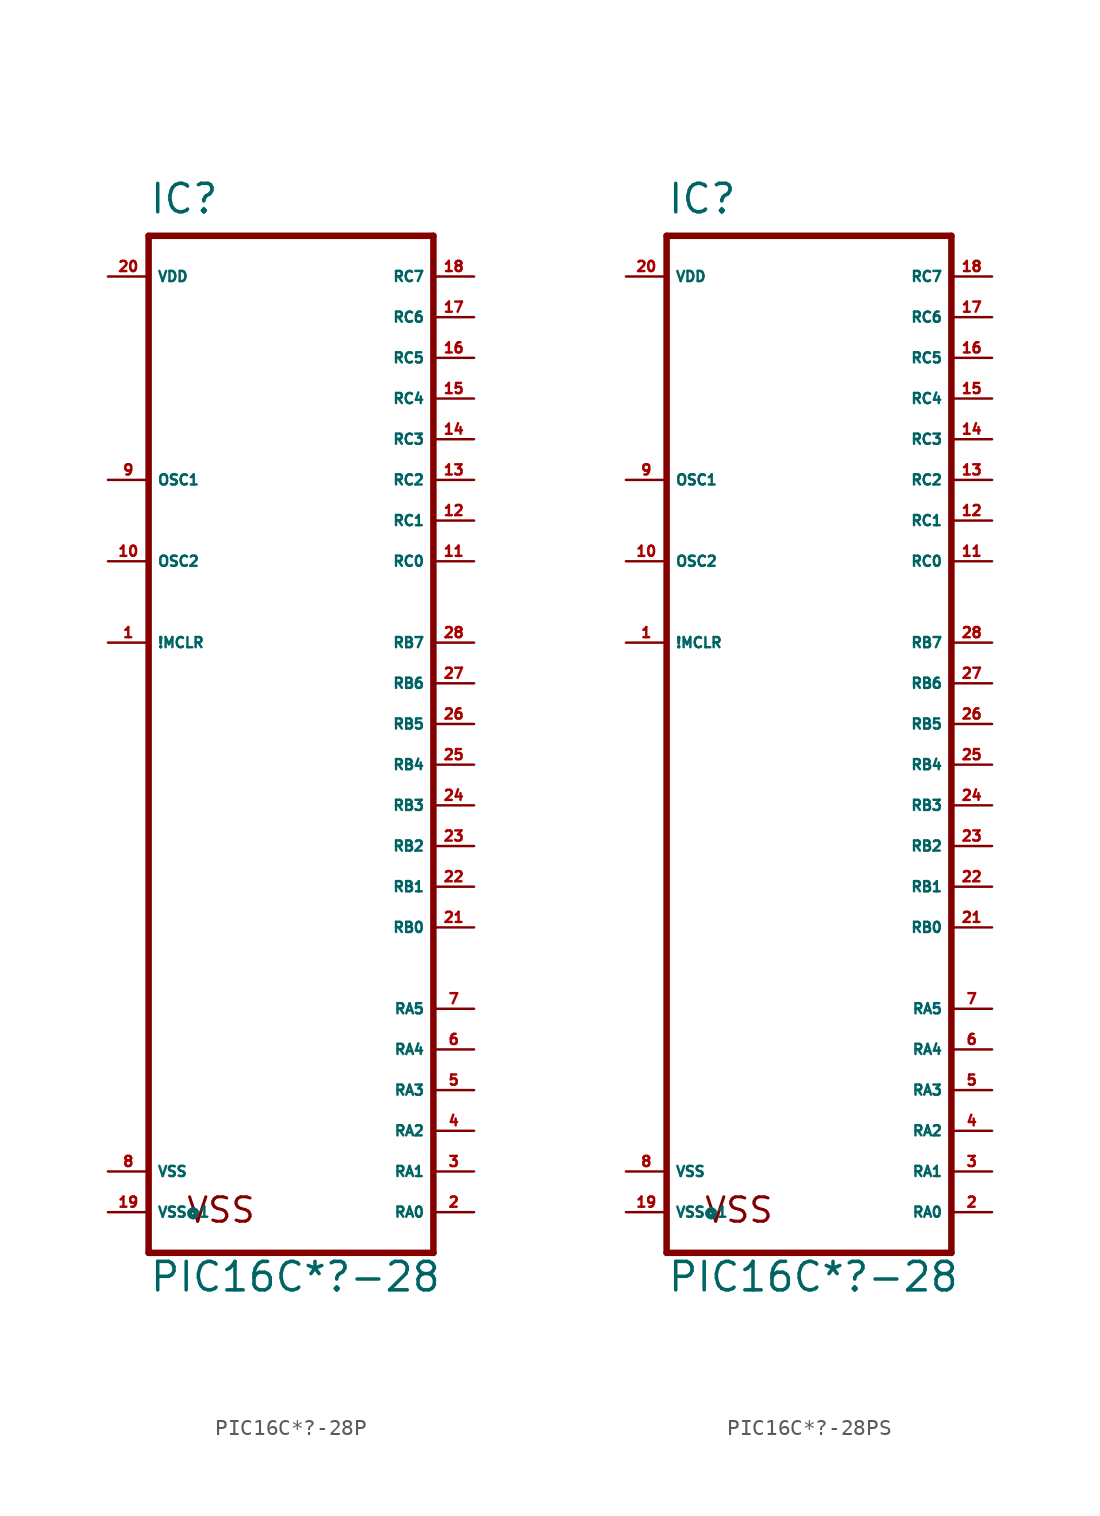
<source format=kicad_sym>
(kicad_symbol_lib
  (version 20220914)
  (generator Eagle2Kicad)
  (symbol "PIC16C*?-28P"
    (property "Reference" "IC"
      (at -7.62 31.75 0)
      (effects (font (size 1.778 1.778) (thickness 0.22)) (justify left bottom)))
    (property "Value" "PIC16C*?-28"
      (at -7.62 -35.56 0)
      (effects (font (size 1.778 1.778) (thickness 0.22)) (justify left bottom)))
    (polyline
      (pts (xy -7.62 -33.02) (xy 10.16 -33.02))
      (stroke (width 0.406) (type default))
      (fill (type none)))
    (polyline
      (pts (xy 10.16 -33.02) (xy 10.16 30.48))
      (stroke (width 0.406) (type default))
      (fill (type none)))
    (polyline
      (pts (xy 10.16 30.48) (xy -7.62 30.48))
      (stroke (width 0.406) (type default))
      (fill (type none)))
    (polyline
      (pts (xy -7.62 30.48) (xy -7.62 -33.02))
      (stroke (width 0.406) (type default))
      (fill (type none)))
    (text "VSS"
      (at -5.334 -31.242 0)
      (effects (font (size 1.524 1.524) (thickness 0.19)) (justify left bottom)))
    (pin input line
      (at -10.16 5.08 0)
      (length 2.54)
      (name "!MCLR" (effects (font (size 0.635 0.635) (thickness 0.08)) (justify left bottom)))
      (number "1" (effects (font (size 0.635 0.635) (thickness 0.08)) (justify left bottom))))
    (pin bidirectional line
      (at -10.16 15.24 0)
      (length 2.54)
      (name "OSC1" (effects (font (size 0.635 0.635) (thickness 0.08)) (justify left bottom)))
      (number "9" (effects (font (size 0.635 0.635) (thickness 0.08)) (justify left bottom))))
    (pin bidirectional line
      (at 12.7 -30.48 180)
      (length 2.54)
      (name "RA0" (effects (font (size 0.635 0.635) (thickness 0.08)) (justify left bottom)))
      (number "2" (effects (font (size 0.635 0.635) (thickness 0.08)) (justify left bottom))))
    (pin bidirectional line
      (at 12.7 -27.94 180)
      (length 2.54)
      (name "RA1" (effects (font (size 0.635 0.635) (thickness 0.08)) (justify left bottom)))
      (number "3" (effects (font (size 0.635 0.635) (thickness 0.08)) (justify left bottom))))
    (pin bidirectional line
      (at 12.7 -25.4 180)
      (length 2.54)
      (name "RA2" (effects (font (size 0.635 0.635) (thickness 0.08)) (justify left bottom)))
      (number "4" (effects (font (size 0.635 0.635) (thickness 0.08)) (justify left bottom))))
    (pin bidirectional line
      (at 12.7 -22.86 180)
      (length 2.54)
      (name "RA3" (effects (font (size 0.635 0.635) (thickness 0.08)) (justify left bottom)))
      (number "5" (effects (font (size 0.635 0.635) (thickness 0.08)) (justify left bottom))))
    (pin bidirectional line
      (at 12.7 -20.32 180)
      (length 2.54)
      (name "RA4" (effects (font (size 0.635 0.635) (thickness 0.08)) (justify left bottom)))
      (number "6" (effects (font (size 0.635 0.635) (thickness 0.08)) (justify left bottom))))
    (pin bidirectional line
      (at 12.7 -17.78 180)
      (length 2.54)
      (name "RA5" (effects (font (size 0.635 0.635) (thickness 0.08)) (justify left bottom)))
      (number "7" (effects (font (size 0.635 0.635) (thickness 0.08)) (justify left bottom))))
    (pin bidirectional line
      (at -10.16 10.16 0)
      (length 2.54)
      (name "OSC2" (effects (font (size 0.635 0.635) (thickness 0.08)) (justify left bottom)))
      (number "10" (effects (font (size 0.635 0.635) (thickness 0.08)) (justify left bottom))))
    (pin bidirectional line
      (at 12.7 27.94 180)
      (length 2.54)
      (name "RC7" (effects (font (size 0.635 0.635) (thickness 0.08)) (justify left bottom)))
      (number "18" (effects (font (size 0.635 0.635) (thickness 0.08)) (justify left bottom))))
    (pin bidirectional line
      (at 12.7 25.4 180)
      (length 2.54)
      (name "RC6" (effects (font (size 0.635 0.635) (thickness 0.08)) (justify left bottom)))
      (number "17" (effects (font (size 0.635 0.635) (thickness 0.08)) (justify left bottom))))
    (pin bidirectional line
      (at 12.7 22.86 180)
      (length 2.54)
      (name "RC5" (effects (font (size 0.635 0.635) (thickness 0.08)) (justify left bottom)))
      (number "16" (effects (font (size 0.635 0.635) (thickness 0.08)) (justify left bottom))))
    (pin bidirectional line
      (at 12.7 20.32 180)
      (length 2.54)
      (name "RC4" (effects (font (size 0.635 0.635) (thickness 0.08)) (justify left bottom)))
      (number "15" (effects (font (size 0.635 0.635) (thickness 0.08)) (justify left bottom))))
    (pin bidirectional line
      (at 12.7 17.78 180)
      (length 2.54)
      (name "RC3" (effects (font (size 0.635 0.635) (thickness 0.08)) (justify left bottom)))
      (number "14" (effects (font (size 0.635 0.635) (thickness 0.08)) (justify left bottom))))
    (pin bidirectional line
      (at 12.7 15.24 180)
      (length 2.54)
      (name "RC2" (effects (font (size 0.635 0.635) (thickness 0.08)) (justify left bottom)))
      (number "13" (effects (font (size 0.635 0.635) (thickness 0.08)) (justify left bottom))))
    (pin bidirectional line
      (at 12.7 12.7 180)
      (length 2.54)
      (name "RC1" (effects (font (size 0.635 0.635) (thickness 0.08)) (justify left bottom)))
      (number "12" (effects (font (size 0.635 0.635) (thickness 0.08)) (justify left bottom))))
    (pin bidirectional line
      (at 12.7 10.16 180)
      (length 2.54)
      (name "RC0" (effects (font (size 0.635 0.635) (thickness 0.08)) (justify left bottom)))
      (number "11" (effects (font (size 0.635 0.635) (thickness 0.08)) (justify left bottom))))
    (pin bidirectional line
      (at 12.7 5.08 180)
      (length 2.54)
      (name "RB7" (effects (font (size 0.635 0.635) (thickness 0.08)) (justify left bottom)))
      (number "28" (effects (font (size 0.635 0.635) (thickness 0.08)) (justify left bottom))))
    (pin bidirectional line
      (at 12.7 2.54 180)
      (length 2.54)
      (name "RB6" (effects (font (size 0.635 0.635) (thickness 0.08)) (justify left bottom)))
      (number "27" (effects (font (size 0.635 0.635) (thickness 0.08)) (justify left bottom))))
    (pin bidirectional line
      (at 12.7 0 180)
      (length 2.54)
      (name "RB5" (effects (font (size 0.635 0.635) (thickness 0.08)) (justify left bottom)))
      (number "26" (effects (font (size 0.635 0.635) (thickness 0.08)) (justify left bottom))))
    (pin bidirectional line
      (at 12.7 -2.54 180)
      (length 2.54)
      (name "RB4" (effects (font (size 0.635 0.635) (thickness 0.08)) (justify left bottom)))
      (number "25" (effects (font (size 0.635 0.635) (thickness 0.08)) (justify left bottom))))
    (pin bidirectional line
      (at 12.7 -5.08 180)
      (length 2.54)
      (name "RB3" (effects (font (size 0.635 0.635) (thickness 0.08)) (justify left bottom)))
      (number "24" (effects (font (size 0.635 0.635) (thickness 0.08)) (justify left bottom))))
    (pin bidirectional line
      (at 12.7 -7.62 180)
      (length 2.54)
      (name "RB2" (effects (font (size 0.635 0.635) (thickness 0.08)) (justify left bottom)))
      (number "23" (effects (font (size 0.635 0.635) (thickness 0.08)) (justify left bottom))))
    (pin bidirectional line
      (at 12.7 -10.16 180)
      (length 2.54)
      (name "RB1" (effects (font (size 0.635 0.635) (thickness 0.08)) (justify left bottom)))
      (number "22" (effects (font (size 0.635 0.635) (thickness 0.08)) (justify left bottom))))
    (pin bidirectional line
      (at 12.7 -12.7 180)
      (length 2.54)
      (name "RB0" (effects (font (size 0.635 0.635) (thickness 0.08)) (justify left bottom)))
      (number "21" (effects (font (size 0.635 0.635) (thickness 0.08)) (justify left bottom))))
    (pin unspecified line
      (at -10.16 -30.48 0)
      (length 2.54)
      (name "VSS@1" (effects (font (size 0.635 0.635) (thickness 0.08)) (justify left bottom)))
      (number "19" (effects (font (size 0.635 0.635) (thickness 0.08)) (justify left bottom))))
    (pin unspecified line
      (at -10.16 -27.94 0)
      (length 2.54)
      (name "VSS" (effects (font (size 0.635 0.635) (thickness 0.08)) (justify left bottom)))
      (number "8" (effects (font (size 0.635 0.635) (thickness 0.08)) (justify left bottom))))
    (pin unspecified line
      (at -10.16 27.94 0)
      (length 2.54)
      (name "VDD" (effects (font (size 0.635 0.635) (thickness 0.08)) (justify left bottom)))
      (number "20" (effects (font (size 0.635 0.635) (thickness 0.08)) (justify left bottom)))))
  (symbol "PIC16C*?-28PS"
    (property "Reference" "IC"
      (at -7.62 31.75 0)
      (effects (font (size 1.778 1.778) (thickness 0.22)) (justify left bottom)))
    (property "Value" "PIC16C*?-28"
      (at -7.62 -35.56 0)
      (effects (font (size 1.778 1.778) (thickness 0.22)) (justify left bottom)))
    (polyline
      (pts (xy -7.62 -33.02) (xy 10.16 -33.02))
      (stroke (width 0.406) (type default))
      (fill (type none)))
    (polyline
      (pts (xy 10.16 -33.02) (xy 10.16 30.48))
      (stroke (width 0.406) (type default))
      (fill (type none)))
    (polyline
      (pts (xy 10.16 30.48) (xy -7.62 30.48))
      (stroke (width 0.406) (type default))
      (fill (type none)))
    (polyline
      (pts (xy -7.62 30.48) (xy -7.62 -33.02))
      (stroke (width 0.406) (type default))
      (fill (type none)))
    (text "VSS"
      (at -5.334 -31.242 0)
      (effects (font (size 1.524 1.524) (thickness 0.19)) (justify left bottom)))
    (pin input line
      (at -10.16 5.08 0)
      (length 2.54)
      (name "!MCLR" (effects (font (size 0.635 0.635) (thickness 0.08)) (justify left bottom)))
      (number "1" (effects (font (size 0.635 0.635) (thickness 0.08)) (justify left bottom))))
    (pin bidirectional line
      (at -10.16 15.24 0)
      (length 2.54)
      (name "OSC1" (effects (font (size 0.635 0.635) (thickness 0.08)) (justify left bottom)))
      (number "9" (effects (font (size 0.635 0.635) (thickness 0.08)) (justify left bottom))))
    (pin bidirectional line
      (at 12.7 -30.48 180)
      (length 2.54)
      (name "RA0" (effects (font (size 0.635 0.635) (thickness 0.08)) (justify left bottom)))
      (number "2" (effects (font (size 0.635 0.635) (thickness 0.08)) (justify left bottom))))
    (pin bidirectional line
      (at 12.7 -27.94 180)
      (length 2.54)
      (name "RA1" (effects (font (size 0.635 0.635) (thickness 0.08)) (justify left bottom)))
      (number "3" (effects (font (size 0.635 0.635) (thickness 0.08)) (justify left bottom))))
    (pin bidirectional line
      (at 12.7 -25.4 180)
      (length 2.54)
      (name "RA2" (effects (font (size 0.635 0.635) (thickness 0.08)) (justify left bottom)))
      (number "4" (effects (font (size 0.635 0.635) (thickness 0.08)) (justify left bottom))))
    (pin bidirectional line
      (at 12.7 -22.86 180)
      (length 2.54)
      (name "RA3" (effects (font (size 0.635 0.635) (thickness 0.08)) (justify left bottom)))
      (number "5" (effects (font (size 0.635 0.635) (thickness 0.08)) (justify left bottom))))
    (pin bidirectional line
      (at 12.7 -20.32 180)
      (length 2.54)
      (name "RA4" (effects (font (size 0.635 0.635) (thickness 0.08)) (justify left bottom)))
      (number "6" (effects (font (size 0.635 0.635) (thickness 0.08)) (justify left bottom))))
    (pin bidirectional line
      (at 12.7 -17.78 180)
      (length 2.54)
      (name "RA5" (effects (font (size 0.635 0.635) (thickness 0.08)) (justify left bottom)))
      (number "7" (effects (font (size 0.635 0.635) (thickness 0.08)) (justify left bottom))))
    (pin bidirectional line
      (at -10.16 10.16 0)
      (length 2.54)
      (name "OSC2" (effects (font (size 0.635 0.635) (thickness 0.08)) (justify left bottom)))
      (number "10" (effects (font (size 0.635 0.635) (thickness 0.08)) (justify left bottom))))
    (pin bidirectional line
      (at 12.7 27.94 180)
      (length 2.54)
      (name "RC7" (effects (font (size 0.635 0.635) (thickness 0.08)) (justify left bottom)))
      (number "18" (effects (font (size 0.635 0.635) (thickness 0.08)) (justify left bottom))))
    (pin bidirectional line
      (at 12.7 25.4 180)
      (length 2.54)
      (name "RC6" (effects (font (size 0.635 0.635) (thickness 0.08)) (justify left bottom)))
      (number "17" (effects (font (size 0.635 0.635) (thickness 0.08)) (justify left bottom))))
    (pin bidirectional line
      (at 12.7 22.86 180)
      (length 2.54)
      (name "RC5" (effects (font (size 0.635 0.635) (thickness 0.08)) (justify left bottom)))
      (number "16" (effects (font (size 0.635 0.635) (thickness 0.08)) (justify left bottom))))
    (pin bidirectional line
      (at 12.7 20.32 180)
      (length 2.54)
      (name "RC4" (effects (font (size 0.635 0.635) (thickness 0.08)) (justify left bottom)))
      (number "15" (effects (font (size 0.635 0.635) (thickness 0.08)) (justify left bottom))))
    (pin bidirectional line
      (at 12.7 17.78 180)
      (length 2.54)
      (name "RC3" (effects (font (size 0.635 0.635) (thickness 0.08)) (justify left bottom)))
      (number "14" (effects (font (size 0.635 0.635) (thickness 0.08)) (justify left bottom))))
    (pin bidirectional line
      (at 12.7 15.24 180)
      (length 2.54)
      (name "RC2" (effects (font (size 0.635 0.635) (thickness 0.08)) (justify left bottom)))
      (number "13" (effects (font (size 0.635 0.635) (thickness 0.08)) (justify left bottom))))
    (pin bidirectional line
      (at 12.7 12.7 180)
      (length 2.54)
      (name "RC1" (effects (font (size 0.635 0.635) (thickness 0.08)) (justify left bottom)))
      (number "12" (effects (font (size 0.635 0.635) (thickness 0.08)) (justify left bottom))))
    (pin bidirectional line
      (at 12.7 10.16 180)
      (length 2.54)
      (name "RC0" (effects (font (size 0.635 0.635) (thickness 0.08)) (justify left bottom)))
      (number "11" (effects (font (size 0.635 0.635) (thickness 0.08)) (justify left bottom))))
    (pin bidirectional line
      (at 12.7 5.08 180)
      (length 2.54)
      (name "RB7" (effects (font (size 0.635 0.635) (thickness 0.08)) (justify left bottom)))
      (number "28" (effects (font (size 0.635 0.635) (thickness 0.08)) (justify left bottom))))
    (pin bidirectional line
      (at 12.7 2.54 180)
      (length 2.54)
      (name "RB6" (effects (font (size 0.635 0.635) (thickness 0.08)) (justify left bottom)))
      (number "27" (effects (font (size 0.635 0.635) (thickness 0.08)) (justify left bottom))))
    (pin bidirectional line
      (at 12.7 0 180)
      (length 2.54)
      (name "RB5" (effects (font (size 0.635 0.635) (thickness 0.08)) (justify left bottom)))
      (number "26" (effects (font (size 0.635 0.635) (thickness 0.08)) (justify left bottom))))
    (pin bidirectional line
      (at 12.7 -2.54 180)
      (length 2.54)
      (name "RB4" (effects (font (size 0.635 0.635) (thickness 0.08)) (justify left bottom)))
      (number "25" (effects (font (size 0.635 0.635) (thickness 0.08)) (justify left bottom))))
    (pin bidirectional line
      (at 12.7 -5.08 180)
      (length 2.54)
      (name "RB3" (effects (font (size 0.635 0.635) (thickness 0.08)) (justify left bottom)))
      (number "24" (effects (font (size 0.635 0.635) (thickness 0.08)) (justify left bottom))))
    (pin bidirectional line
      (at 12.7 -7.62 180)
      (length 2.54)
      (name "RB2" (effects (font (size 0.635 0.635) (thickness 0.08)) (justify left bottom)))
      (number "23" (effects (font (size 0.635 0.635) (thickness 0.08)) (justify left bottom))))
    (pin bidirectional line
      (at 12.7 -10.16 180)
      (length 2.54)
      (name "RB1" (effects (font (size 0.635 0.635) (thickness 0.08)) (justify left bottom)))
      (number "22" (effects (font (size 0.635 0.635) (thickness 0.08)) (justify left bottom))))
    (pin bidirectional line
      (at 12.7 -12.7 180)
      (length 2.54)
      (name "RB0" (effects (font (size 0.635 0.635) (thickness 0.08)) (justify left bottom)))
      (number "21" (effects (font (size 0.635 0.635) (thickness 0.08)) (justify left bottom))))
    (pin unspecified line
      (at -10.16 -30.48 0)
      (length 2.54)
      (name "VSS@1" (effects (font (size 0.635 0.635) (thickness 0.08)) (justify left bottom)))
      (number "19" (effects (font (size 0.635 0.635) (thickness 0.08)) (justify left bottom))))
    (pin unspecified line
      (at -10.16 -27.94 0)
      (length 2.54)
      (name "VSS" (effects (font (size 0.635 0.635) (thickness 0.08)) (justify left bottom)))
      (number "8" (effects (font (size 0.635 0.635) (thickness 0.08)) (justify left bottom))))
    (pin unspecified line
      (at -10.16 27.94 0)
      (length 2.54)
      (name "VDD" (effects (font (size 0.635 0.635) (thickness 0.08)) (justify left bottom)))
      (number "20" (effects (font (size 0.635 0.635) (thickness 0.08)) (justify left bottom))))))
</source>
